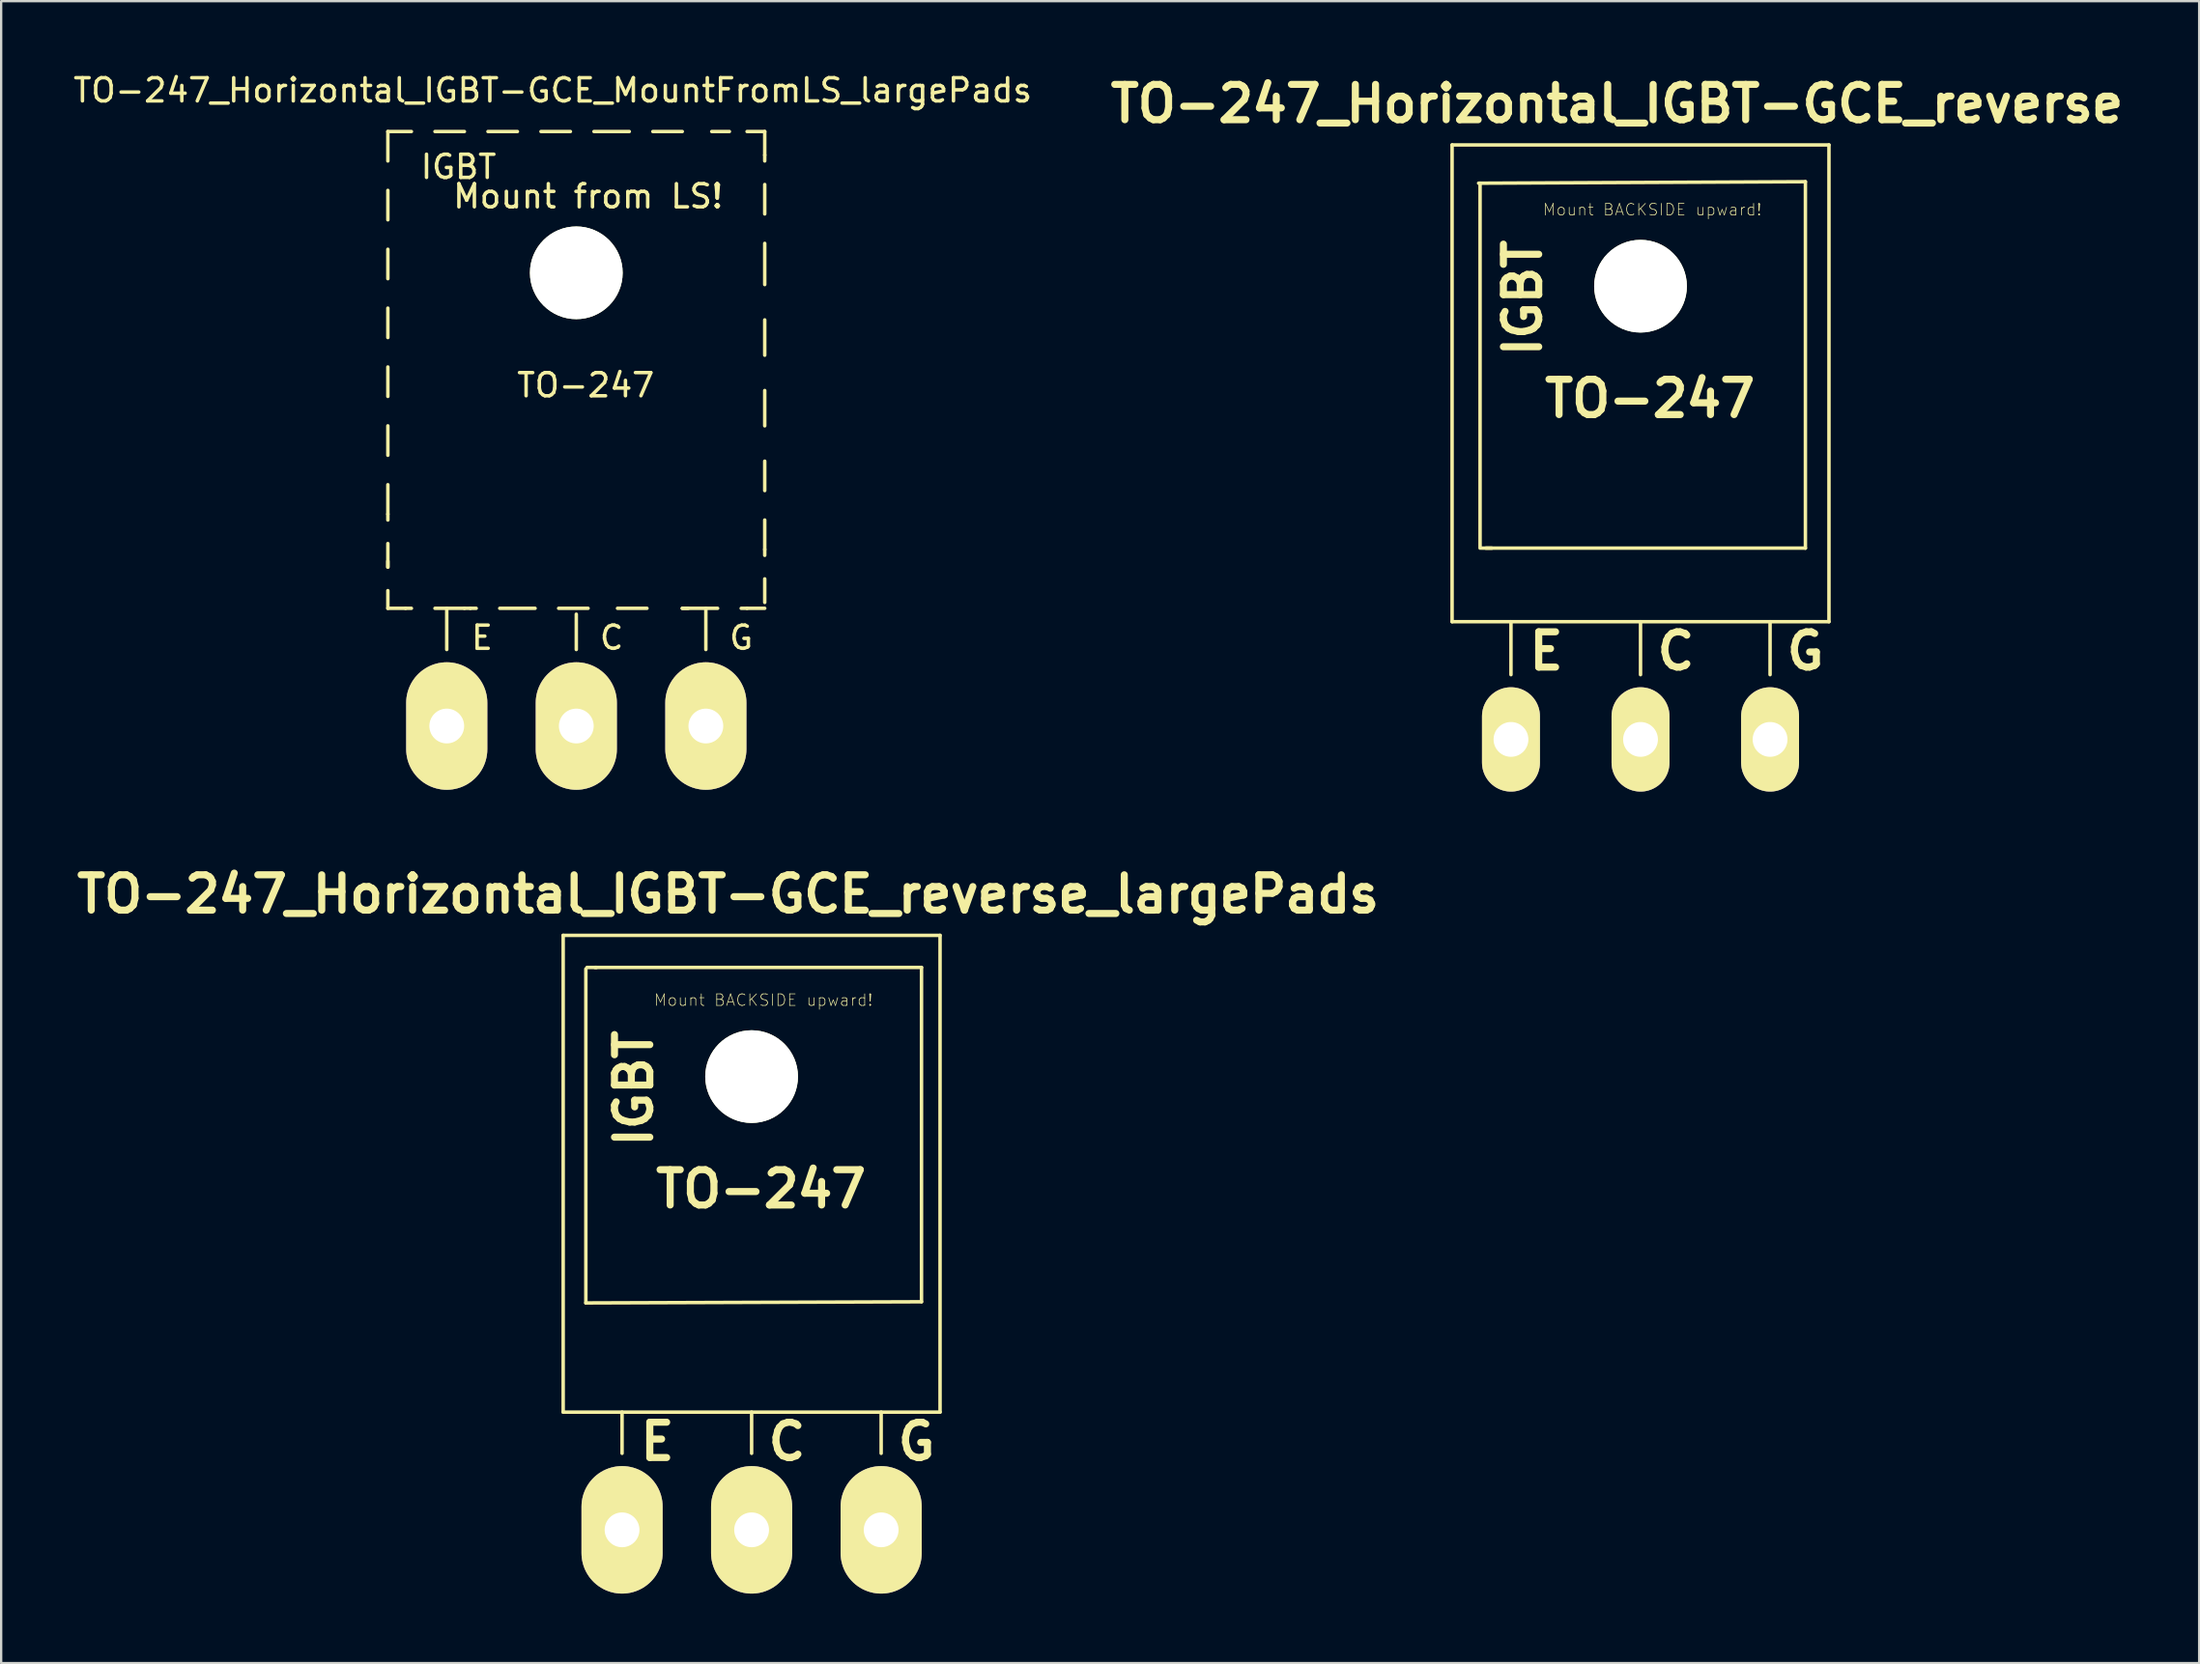
<source format=kicad_pcb>
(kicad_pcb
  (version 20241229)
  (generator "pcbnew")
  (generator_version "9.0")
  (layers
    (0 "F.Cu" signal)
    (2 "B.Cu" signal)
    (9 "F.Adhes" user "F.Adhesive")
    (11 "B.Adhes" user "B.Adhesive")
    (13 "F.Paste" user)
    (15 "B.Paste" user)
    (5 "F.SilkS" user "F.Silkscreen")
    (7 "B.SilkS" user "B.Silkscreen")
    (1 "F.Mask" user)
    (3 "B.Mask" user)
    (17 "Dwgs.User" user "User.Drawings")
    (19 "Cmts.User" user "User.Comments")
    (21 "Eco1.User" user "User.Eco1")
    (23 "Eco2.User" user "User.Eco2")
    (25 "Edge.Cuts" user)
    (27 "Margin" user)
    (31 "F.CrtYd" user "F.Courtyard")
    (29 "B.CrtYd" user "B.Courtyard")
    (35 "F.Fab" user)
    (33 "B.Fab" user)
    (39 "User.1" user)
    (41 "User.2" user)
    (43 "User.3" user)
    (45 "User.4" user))
  (footprint "TO-247_Horizontal_IGBT-GCE_reverse"
    (layer "F.Cu")
    (at 67.712 28.858)
    (property "Reference" "TO-247_Horizontal_IGBT-GCE_reverse" (at -1.016 -27.432 0) (layer "F.SilkS") (effects (font (size 1.524 1.524) (thickness 0.305))))
    (attr through_hole)
    (fp_line (start -8.128 -25.654) (end -8.128 -5.08) (stroke (width 0.15) (type solid)) (layer "F.SilkS"))
    (fp_line (start -8.128 -5.08) (end 8.128 -5.08) (stroke (width 0.15) (type solid)) (layer "F.SilkS"))
    (fp_line (start -6.985 -24.003) (end 7.112 -24.067) (stroke (width 0.15) (type solid)) (layer "F.SilkS"))
    (fp_line (start -6.921 -24.003) (end -6.921 -8.255) (stroke (width 0.15) (type solid)) (layer "F.SilkS"))
    (fp_line (start -6.858 -8.255) (end -6.413 -8.255) (stroke (width 0.15) (type solid)) (layer "F.SilkS"))
    (fp_line (start -5.588 -2.794) (end -5.588 -5.08) (stroke (width 0.15) (type solid)) (layer "F.SilkS"))
    (fp_line (start 0 -2.794) (end 0 -5.08) (stroke (width 0.15) (type solid)) (layer "F.SilkS"))
    (fp_line (start 5.588 -2.794) (end 5.588 -5.08) (stroke (width 0.15) (type solid)) (layer "F.SilkS"))
    (fp_line (start 7.112 -24.067) (end 7.112 -8.255) (stroke (width 0.15) (type solid)) (layer "F.SilkS"))
    (fp_line (start 7.112 -8.255) (end -6.668 -8.255) (stroke (width 0.15) (type solid)) (layer "F.SilkS"))
    (fp_line (start 8.128 -25.654) (end -8.128 -25.654) (stroke (width 0.15) (type solid)) (layer "F.SilkS"))
    (fp_line (start 8.128 -25.654) (end 8.128 -5.08) (stroke (width 0.15) (type solid)) (layer "F.SilkS"))
    (fp_circle (center 0 -19.558) (end 1.778 -19.558) (stroke (width 0.15) (type solid)) (fill no) (layer "F.SilkS"))
    (fp_text user "G" (at 7.112 -3.81 0) (layer "F.SilkS") (effects (font (size 1.524 1.524) (thickness 0.305))))
    (fp_text user "TO-247" (at 0.406 -14.707 0) (layer "F.SilkS") (effects (font (size 1.524 1.524) (thickness 0.305))))
    (fp_text user "Mount BACKSIDE upward!" (at 0.508 -22.86 0) (layer "F.SilkS") (effects (font (size 0.5 0.5) (thickness 0.03))))
    (fp_text user "E" (at -4.064 -3.81 0) (layer "F.SilkS") (effects (font (size 1.524 1.524) (thickness 0.305))))
    (fp_text user "C" (at 1.524 -3.81 0) (layer "F.SilkS") (effects (font (size 1.524 1.524) (thickness 0.305))))
    (fp_text user "IGBT" (at -5.08 -19.05 90) (layer "F.SilkS") (effects (font (size 1.524 1.524) (thickness 0.305))))
    (pad "" np_thru_hole circle (at 0 -19.558) (size 4 4) (drill 4) (layers "*.Cu" "*.Mask" "F.SilkS"))
    (pad "C" thru_hole oval (at 0 0 90) (size 4.501 2.499) (drill 1.501) (layers "*.Cu" "*.Mask" "F.SilkS"))
    (pad "E" thru_hole oval (at -5.588 0 90) (size 4.501 2.499) (drill 1.501) (layers "*.Cu" "*.Mask" "F.SilkS"))
    (pad "G" thru_hole oval (at 5.588 0 90) (size 4.501 2.499) (drill 1.501) (layers "*.Cu" "*.Mask" "F.SilkS")))
  (footprint "TO-247_Horizontal_IGBT-GCE_reverse_largePads"
    (layer "F.Cu")
    (at 29.37 62.967)
    (property "Reference" "TO-247_Horizontal_IGBT-GCE_reverse_largePads" (at -1.016 -27.432 0) (layer "F.SilkS") (effects (font (size 1.524 1.524) (thickness 0.305))))
    (attr through_hole)
    (fp_line (start -8.128 -25.654) (end -8.128 -5.08) (stroke (width 0.15) (type solid)) (layer "F.SilkS"))
    (fp_line (start -8.128 -5.08) (end 8.128 -5.08) (stroke (width 0.15) (type solid)) (layer "F.SilkS"))
    (fp_line (start -7.15 -9.792) (end -7.15 -24.206) (stroke (width 0.15) (type solid)) (layer "F.SilkS"))
    (fp_line (start -6.756 -24.27) (end 7.328 -24.27) (stroke (width 0.15) (type solid)) (layer "F.SilkS"))
    (fp_line (start -6.693 -24.27) (end -7.099 -24.27) (stroke (width 0.15) (type solid)) (layer "F.SilkS"))
    (fp_line (start -5.588 -3.302) (end -5.588 -5.08) (stroke (width 0.15) (type solid)) (layer "F.SilkS"))
    (fp_line (start 0 -5.08) (end 0 -3.302) (stroke (width 0.15) (type solid)) (layer "F.SilkS"))
    (fp_line (start 5.588 -5.08) (end 5.588 -3.302) (stroke (width 0.15) (type solid)) (layer "F.SilkS"))
    (fp_line (start 7.328 -24.27) (end 7.328 -9.842) (stroke (width 0.15) (type solid)) (layer "F.SilkS"))
    (fp_line (start 7.328 -9.842) (end -7.15 -9.792) (stroke (width 0.15) (type solid)) (layer "F.SilkS"))
    (fp_line (start 8.128 -25.654) (end -8.128 -25.654) (stroke (width 0.15) (type solid)) (layer "F.SilkS"))
    (fp_line (start 8.128 -25.654) (end 8.128 -5.08) (stroke (width 0.15) (type solid)) (layer "F.SilkS"))
    (fp_circle (center 0 -19.558) (end 1.778 -19.558) (stroke (width 0.15) (type solid)) (fill no) (layer "F.SilkS"))
    (fp_text user "Mount BACKSIDE upward!" (at 0.508 -22.86 0) (layer "F.SilkS") (effects (font (size 0.5 0.5) (thickness 0.03))))
    (fp_text user "C" (at 1.524 -3.81 0) (layer "F.SilkS") (effects (font (size 1.524 1.524) (thickness 0.305))))
    (fp_text user "TO-247" (at 0.406 -14.707 0) (layer "F.SilkS") (effects (font (size 1.524 1.524) (thickness 0.305))))
    (fp_text user "E" (at -4.064 -3.81 0) (layer "F.SilkS") (effects (font (size 1.524 1.524) (thickness 0.305))))
    (fp_text user "IGBT" (at -5.08 -19.05 90) (layer "F.SilkS") (effects (font (size 1.524 1.524) (thickness 0.305))))
    (fp_text user "G" (at 7.112 -3.81 0) (layer "F.SilkS") (effects (font (size 1.524 1.524) (thickness 0.305))))
    (pad "" np_thru_hole circle (at 0 -19.558) (size 4 4) (drill 4) (layers "*.Cu" "*.Mask" "F.SilkS"))
    (pad "C" thru_hole oval (at 0 0 90) (size 5.502 3.498) (drill 1.501) (layers "*.Cu" "*.Mask" "F.SilkS"))
    (pad "E" thru_hole oval (at -5.588 0 90) (size 5.502 3.5) (drill 1.501) (layers "*.Cu" "*.Mask" "F.SilkS"))
    (pad "G" thru_hole oval (at 5.588 0 90) (size 5.502 3.5) (drill 1.501) (layers "*.Cu" "*.Mask" "F.SilkS")))
  (footprint "TO-247_Horizontal_IGBT-GCE_MountFromLS_largePads"
    (layer "F.Cu")
    (at 21.808 28.28)
    (property "Reference" "TO-247_Horizontal_IGBT-GCE_MountFromLS_largePads" (at -1.016 -27.432 0) (layer "F.SilkS") (effects (font (size 1 1) (thickness 0.15))))
    (attr through_hole)
    (fp_line (start -8.128 -25.654) (end -8.128 -24.384) (stroke (width 0.15) (type solid)) (layer "F.SilkS"))
    (fp_line (start -8.128 -25.654) (end -7.112 -25.654) (stroke (width 0.15) (type solid)) (layer "F.SilkS"))
    (fp_line (start -8.128 -23.114) (end -8.128 -21.844) (stroke (width 0.15) (type solid)) (layer "F.SilkS"))
    (fp_line (start -8.128 -20.574) (end -8.128 -19.304) (stroke (width 0.15) (type solid)) (layer "F.SilkS"))
    (fp_line (start -8.128 -18.034) (end -8.128 -16.764) (stroke (width 0.15) (type solid)) (layer "F.SilkS"))
    (fp_line (start -8.128 -15.494) (end -8.128 -14.224) (stroke (width 0.15) (type solid)) (layer "F.SilkS"))
    (fp_line (start -8.128 -12.954) (end -8.128 -11.684) (stroke (width 0.15) (type solid)) (layer "F.SilkS"))
    (fp_line (start -8.128 -10.414) (end -8.128 -9.144) (stroke (width 0.15) (type solid)) (layer "F.SilkS"))
    (fp_line (start -8.128 -9.144) (end -8.128 -8.89) (stroke (width 0.15) (type solid)) (layer "F.SilkS"))
    (fp_line (start -8.128 -7.874) (end -8.128 -6.858) (stroke (width 0.15) (type solid)) (layer "F.SilkS"))
    (fp_line (start -8.128 -6.858) (end -8.128 -7.112) (stroke (width 0.15) (type solid)) (layer "F.SilkS"))
    (fp_line (start -8.128 -5.842) (end -8.128 -5.08) (stroke (width 0.15) (type solid)) (layer "F.SilkS"))
    (fp_line (start -8.128 -5.08) (end -7.366 -5.08) (stroke (width 0.15) (type solid)) (layer "F.SilkS"))
    (fp_line (start -7.366 -5.08) (end -7.112 -5.08) (stroke (width 0.15) (type solid)) (layer "F.SilkS"))
    (fp_line (start -6.096 -25.654) (end -4.826 -25.654) (stroke (width 0.15) (type solid)) (layer "F.SilkS"))
    (fp_line (start -6.096 -5.08) (end -4.826 -5.08) (stroke (width 0.15) (type solid)) (layer "F.SilkS"))
    (fp_line (start -5.588 -3.302) (end -5.588 -5.08) (stroke (width 0.15) (type solid)) (layer "F.SilkS"))
    (fp_line (start -4.826 -5.08) (end -4.572 -5.08) (stroke (width 0.15) (type solid)) (layer "F.SilkS"))
    (fp_line (start -4.572 -5.08) (end -4.318 -5.08) (stroke (width 0.15) (type solid)) (layer "F.SilkS"))
    (fp_line (start -3.81 -25.654) (end -2.54 -25.654) (stroke (width 0.15) (type solid)) (layer "F.SilkS"))
    (fp_line (start -3.302 -5.08) (end -1.778 -5.08) (stroke (width 0.15) (type solid)) (layer "F.SilkS"))
    (fp_line (start -1.524 -25.654) (end -0.254 -25.654) (stroke (width 0.15) (type solid)) (layer "F.SilkS"))
    (fp_line (start -0.762 -5.08) (end 0.508 -5.08) (stroke (width 0.15) (type solid)) (layer "F.SilkS"))
    (fp_line (start 0 -3.302) (end 0 -4.826) (stroke (width 0.15) (type solid)) (layer "F.SilkS"))
    (fp_line (start 0.762 -25.654) (end 2.286 -25.654) (stroke (width 0.15) (type solid)) (layer "F.SilkS"))
    (fp_line (start 1.778 -5.08) (end 3.048 -5.08) (stroke (width 0.15) (type solid)) (layer "F.SilkS"))
    (fp_line (start 3.302 -25.654) (end 4.572 -25.654) (stroke (width 0.15) (type solid)) (layer "F.SilkS"))
    (fp_line (start 4.572 -5.08) (end 4.826 -5.08) (stroke (width 0.15) (type solid)) (layer "F.SilkS"))
    (fp_line (start 5.588 -3.302) (end 5.588 -5.08) (stroke (width 0.15) (type solid)) (layer "F.SilkS"))
    (fp_line (start 5.842 -25.654) (end 6.604 -25.654) (stroke (width 0.15) (type solid)) (layer "F.SilkS"))
    (fp_line (start 6.096 -5.08) (end 4.572 -5.08) (stroke (width 0.15) (type solid)) (layer "F.SilkS"))
    (fp_line (start 7.366 -25.654) (end 8.128 -25.654) (stroke (width 0.15) (type solid)) (layer "F.SilkS"))
    (fp_line (start 7.366 -5.08) (end 7.112 -5.08) (stroke (width 0.15) (type solid)) (layer "F.SilkS"))
    (fp_line (start 8.128 -25.654) (end 8.128 -24.638) (stroke (width 0.15) (type solid)) (layer "F.SilkS"))
    (fp_line (start 8.128 -24.638) (end 8.128 -24.384) (stroke (width 0.15) (type solid)) (layer "F.SilkS"))
    (fp_line (start 8.128 -23.368) (end 8.128 -22.098) (stroke (width 0.15) (type solid)) (layer "F.SilkS"))
    (fp_line (start 8.128 -20.828) (end 8.128 -19.05) (stroke (width 0.15) (type solid)) (layer "F.SilkS"))
    (fp_line (start 8.128 -17.526) (end 8.128 -16.002) (stroke (width 0.15) (type solid)) (layer "F.SilkS"))
    (fp_line (start 8.128 -14.478) (end 8.128 -12.954) (stroke (width 0.15) (type solid)) (layer "F.SilkS"))
    (fp_line (start 8.128 -11.43) (end 8.128 -10.16) (stroke (width 0.15) (type solid)) (layer "F.SilkS"))
    (fp_line (start 8.128 -8.89) (end 8.128 -7.62) (stroke (width 0.15) (type solid)) (layer "F.SilkS"))
    (fp_line (start 8.128 -7.62) (end 8.128 -7.366) (stroke (width 0.15) (type solid)) (layer "F.SilkS"))
    (fp_line (start 8.128 -6.35) (end 8.128 -5.334) (stroke (width 0.15) (type solid)) (layer "F.SilkS"))
    (fp_line (start 8.128 -5.08) (end 7.366 -5.08) (stroke (width 0.15) (type solid)) (layer "F.SilkS"))
    (fp_circle (center 0 -19.558) (end 1.778 -19.558) (stroke (width 0.15) (type solid)) (fill no) (layer "F.SilkS"))
    (fp_text user "TO-247" (at 0.406 -14.707 0) (layer "F.SilkS") (effects (font (size 1 1) (thickness 0.15))))
    (fp_text user "Mount from LS!" (at 0.508 -22.86 0) (layer "F.SilkS") (effects (font (size 1 1) (thickness 0.15))))
    (fp_text user "G" (at 7.112 -3.81 0) (layer "F.SilkS") (effects (font (size 1 1) (thickness 0.15))))
    (fp_text user "C" (at 1.524 -3.81 0) (layer "F.SilkS") (effects (font (size 1 1) (thickness 0.15))))
    (fp_text user "E" (at -4.064 -3.81 0) (layer "F.SilkS") (effects (font (size 1 1) (thickness 0.15))))
    (fp_text user "IGBT" (at -5.08 -24.13 0) (layer "F.SilkS") (effects (font (size 1 1) (thickness 0.15))))
    (pad "" np_thru_hole circle (at 0 -19.558) (size 4 4) (drill 4) (layers "*.Cu" "*.Mask" "F.SilkS"))
    (pad "C" thru_hole oval (at 0 0 90) (size 5.502 3.5) (drill 1.501) (layers "*.Cu" "*.Mask" "F.SilkS"))
    (pad "E" thru_hole oval (at -5.588 0 90) (size 5.502 3.5) (drill 1.501) (layers "*.Cu" "*.Mask" "F.SilkS"))
    (pad "G" thru_hole oval (at 5.588 0 90) (size 5.502 3.5) (drill 1.501) (layers "*.Cu" "*.Mask" "F.SilkS")))
  (gr_rect
    (start -3 -3)
    (end 91.808 68.718)
    (stroke (width 0.1) (type default))
    (fill no)
    (layer "Edge.Cuts")))
</source>
